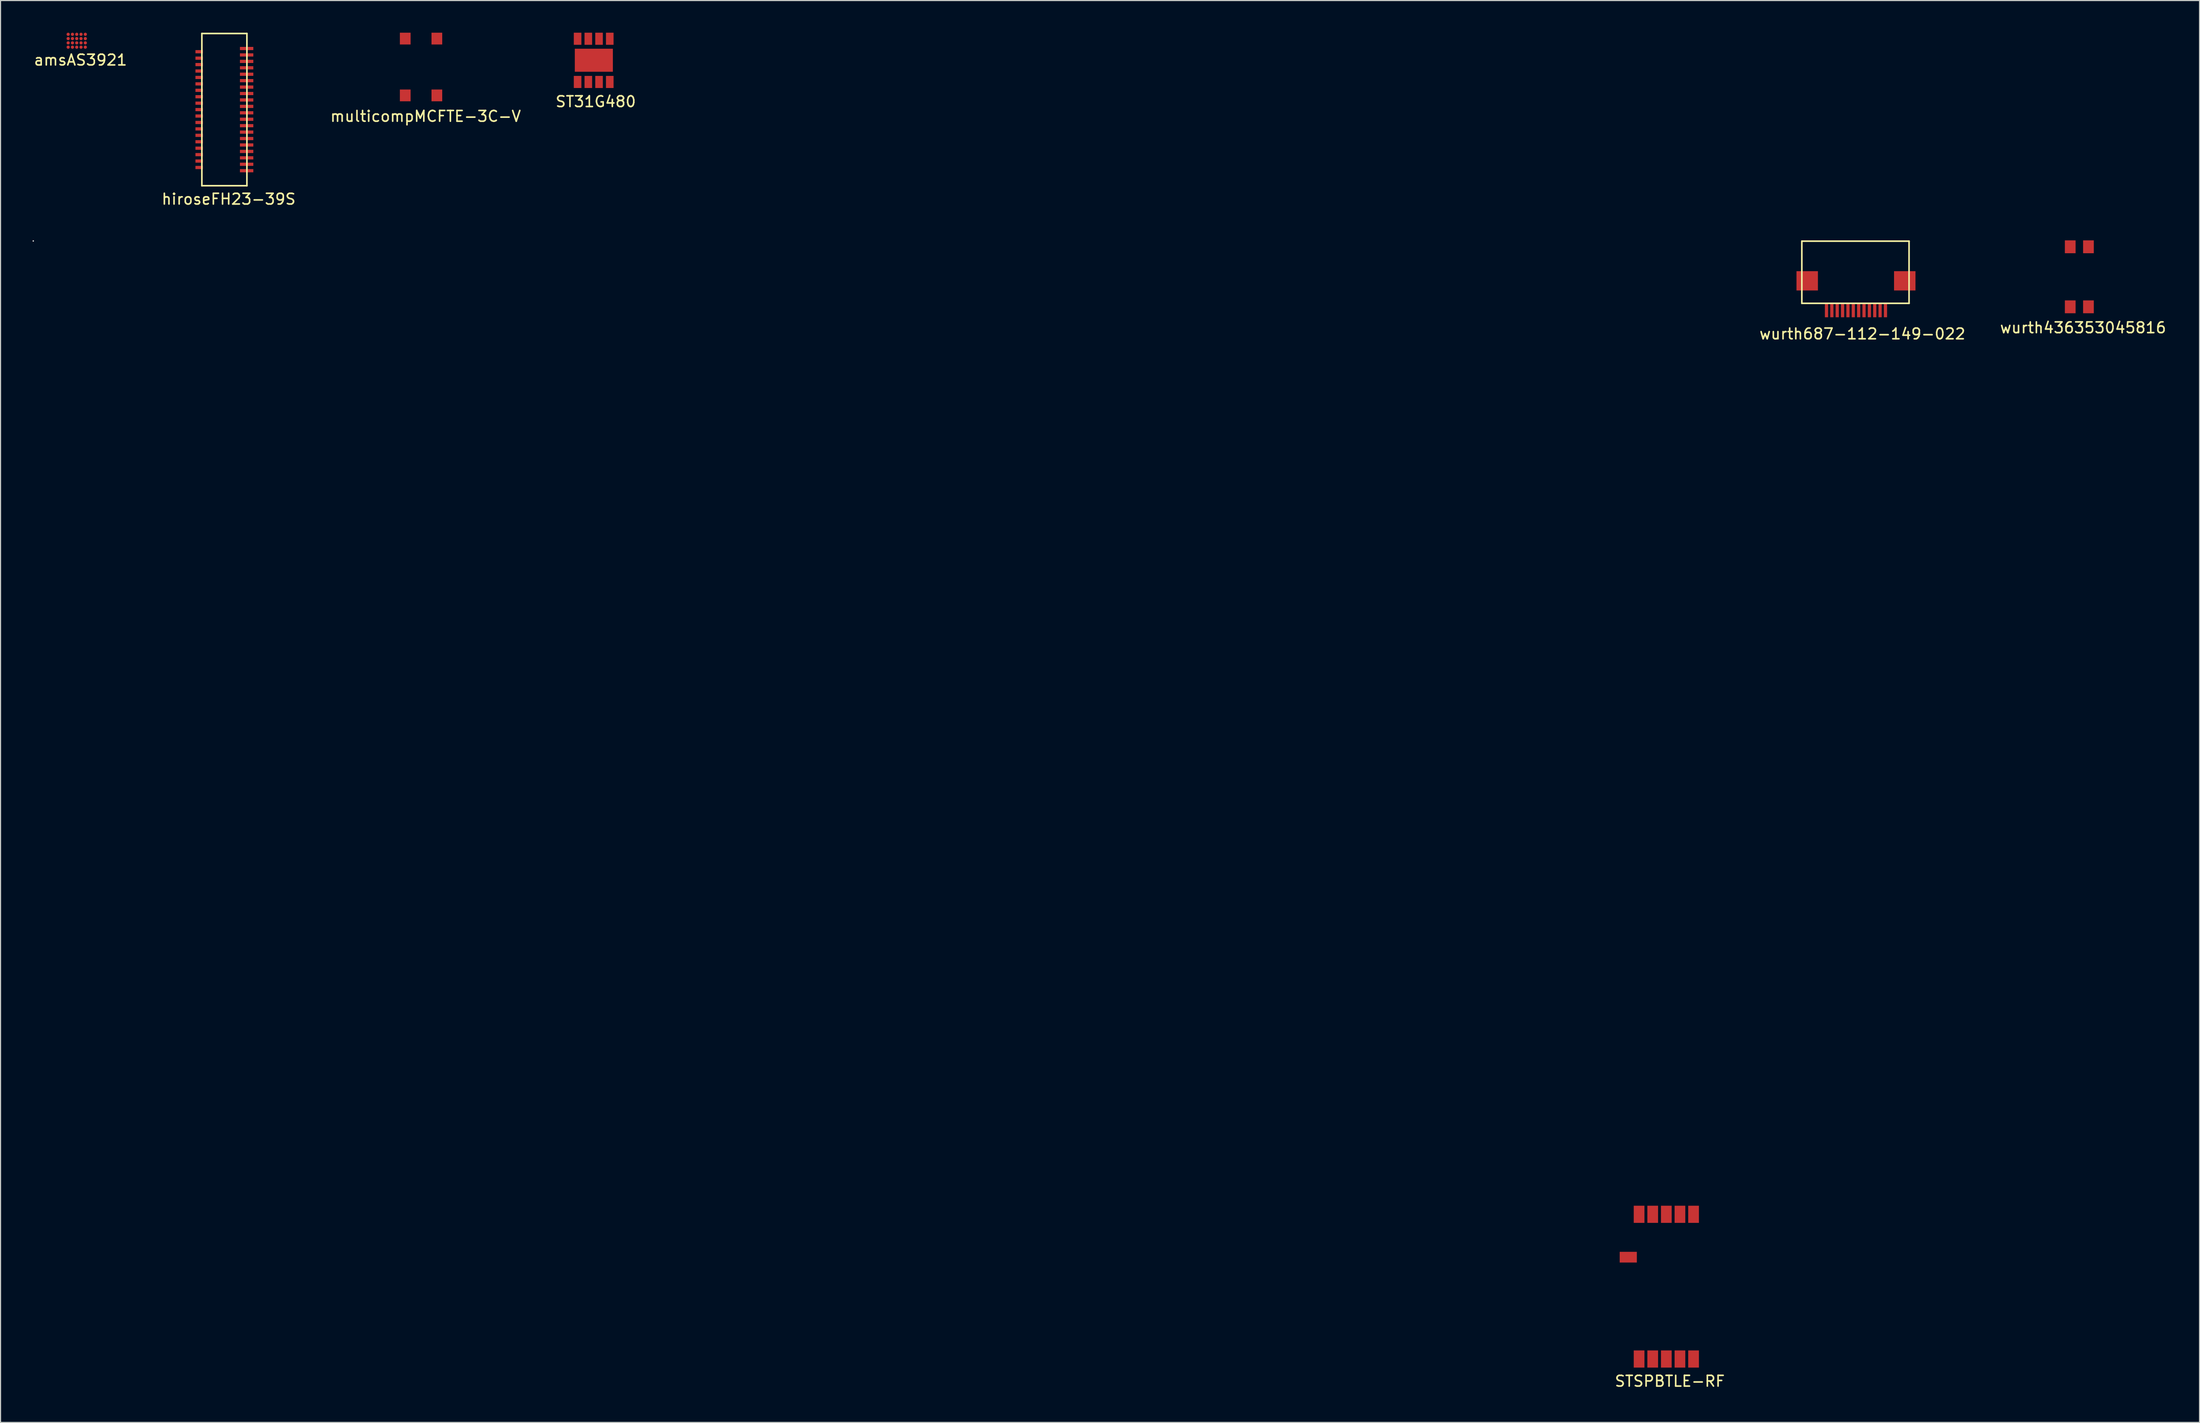
<source format=kicad_pcb>
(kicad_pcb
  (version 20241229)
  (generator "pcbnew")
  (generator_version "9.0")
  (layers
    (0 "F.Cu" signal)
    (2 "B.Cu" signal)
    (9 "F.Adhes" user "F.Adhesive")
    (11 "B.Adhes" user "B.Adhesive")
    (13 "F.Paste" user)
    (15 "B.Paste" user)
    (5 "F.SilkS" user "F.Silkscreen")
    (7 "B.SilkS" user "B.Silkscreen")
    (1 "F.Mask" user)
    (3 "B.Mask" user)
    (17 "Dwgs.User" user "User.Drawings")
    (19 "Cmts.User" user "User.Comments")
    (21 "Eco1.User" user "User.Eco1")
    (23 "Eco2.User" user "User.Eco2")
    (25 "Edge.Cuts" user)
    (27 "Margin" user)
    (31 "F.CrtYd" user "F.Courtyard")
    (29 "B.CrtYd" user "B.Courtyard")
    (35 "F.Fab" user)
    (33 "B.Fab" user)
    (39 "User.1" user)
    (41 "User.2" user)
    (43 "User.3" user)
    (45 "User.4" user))
  (footprint "hiroseFH23-39S"
    (layer "F.Cu")
    (at 15.88 13.025)
    (property "Reference" "hiroseFH23-39S" (at 2.4 2.5 0) (layer "F.SilkS") (effects (font (size 1 1) (thickness 0.15))))
    (attr through_hole)
    (fp_line (start -0.1 -12.95) (end 4.1 -12.95) (stroke (width 0.15) (type solid)) (layer "F.SilkS"))
    (fp_line (start -0.1 1.25) (end -0.1 -12.95) (stroke (width 0.15) (type solid)) (layer "F.SilkS"))
    (fp_line (start 4.1 -12.95) (end 4.1 1.25) (stroke (width 0.15) (type solid)) (layer "F.SilkS"))
    (fp_line (start 4.1 1.25) (end -0.1 1.25) (stroke (width 0.15) (type solid)) (layer "F.SilkS"))
    (pad "1" smd rect (at 4.075 -0.15) (size 1.25 0.3) (layers "F.Cu" "F.Mask" "F.Paste"))
    (pad "2" smd rect (at -0.35 -0.45) (size 0.7 0.3) (layers "F.Cu" "F.Mask" "F.Paste"))
    (pad "3" smd rect (at 4.075 -0.75) (size 1.25 0.3) (layers "F.Cu" "F.Mask" "F.Paste"))
    (pad "4" smd rect (at -0.35 -1.05) (size 0.7 0.3) (layers "F.Cu" "F.Mask" "F.Paste"))
    (pad "5" smd rect (at 4.075 -1.35) (size 1.25 0.3) (layers "F.Cu" "F.Mask" "F.Paste"))
    (pad "6" smd rect (at -0.35 -1.65) (size 0.7 0.3) (layers "F.Cu" "F.Mask" "F.Paste"))
    (pad "7" smd rect (at 4.075 -1.95) (size 1.25 0.3) (layers "F.Cu" "F.Mask" "F.Paste"))
    (pad "8" smd rect (at -0.35 -2.25) (size 0.7 0.3) (layers "F.Cu" "F.Mask" "F.Paste"))
    (pad "9" smd rect (at 4.075 -2.55) (size 1.25 0.3) (layers "F.Cu" "F.Mask" "F.Paste"))
    (pad "10" smd rect (at -0.35 -2.85) (size 0.7 0.3) (layers "F.Cu" "F.Mask" "F.Paste"))
    (pad "11" smd rect (at 4.075 -3.15) (size 1.25 0.3) (layers "F.Cu" "F.Mask" "F.Paste"))
    (pad "12" smd rect (at -0.35 -3.45) (size 0.7 0.3) (layers "F.Cu" "F.Mask" "F.Paste"))
    (pad "13" smd rect (at 4.075 -3.75) (size 1.25 0.3) (layers "F.Cu" "F.Mask" "F.Paste"))
    (pad "14" smd rect (at -0.35 -4.05) (size 0.7 0.3) (layers "F.Cu" "F.Mask" "F.Paste"))
    (pad "15" smd rect (at 4.075 -4.35) (size 1.25 0.3) (layers "F.Cu" "F.Mask" "F.Paste"))
    (pad "16" smd rect (at -0.35 -4.65) (size 0.7 0.3) (layers "F.Cu" "F.Mask" "F.Paste"))
    (pad "17" smd rect (at 4.075 -4.95) (size 1.25 0.3) (layers "F.Cu" "F.Mask" "F.Paste"))
    (pad "18" smd rect (at -0.35 -5.25) (size 0.7 0.3) (layers "F.Cu" "F.Mask" "F.Paste"))
    (pad "19" smd rect (at 4.075 -5.55) (size 1.25 0.3) (layers "F.Cu" "F.Mask" "F.Paste"))
    (pad "20" smd rect (at -0.35 -5.85) (size 0.7 0.3) (layers "F.Cu" "F.Mask" "F.Paste"))
    (pad "21" smd rect (at 4.075 -6.15) (size 1.25 0.3) (layers "F.Cu" "F.Mask" "F.Paste"))
    (pad "22" smd rect (at -0.35 -6.45) (size 0.7 0.3) (layers "F.Cu" "F.Mask" "F.Paste"))
    (pad "23" smd rect (at 4.075 -6.75) (size 1.25 0.3) (layers "F.Cu" "F.Mask" "F.Paste"))
    (pad "24" smd rect (at -0.35 -7.05) (size 0.7 0.3) (layers "F.Cu" "F.Mask" "F.Paste"))
    (pad "25" smd rect (at 4.075 -7.35) (size 1.25 0.3) (layers "F.Cu" "F.Mask" "F.Paste"))
    (pad "26" smd rect (at -0.35 -7.65) (size 0.7 0.3) (layers "F.Cu" "F.Mask" "F.Paste"))
    (pad "27" smd rect (at 4.075 -7.95) (size 1.25 0.3) (layers "F.Cu" "F.Mask" "F.Paste"))
    (pad "28" smd rect (at -0.35 -8.25) (size 0.7 0.3) (layers "F.Cu" "F.Mask" "F.Paste"))
    (pad "29" smd rect (at 4.075 -8.55) (size 1.25 0.3) (layers "F.Cu" "F.Mask" "F.Paste"))
    (pad "30" smd rect (at -0.35 -8.85) (size 0.7 0.3) (layers "F.Cu" "F.Mask" "F.Paste"))
    (pad "31" smd rect (at 4.075 -9.15) (size 1.25 0.3) (layers "F.Cu" "F.Mask" "F.Paste"))
    (pad "32" smd rect (at -0.35 -9.45) (size 0.7 0.3) (layers "F.Cu" "F.Mask" "F.Paste"))
    (pad "33" smd rect (at 4.075 -9.75) (size 1.25 0.3) (layers "F.Cu" "F.Mask" "F.Paste"))
    (pad "34" smd rect (at -0.35 -10.05) (size 0.7 0.3) (layers "F.Cu" "F.Mask" "F.Paste"))
    (pad "35" smd rect (at 4.075 -10.35) (size 1.25 0.3) (layers "F.Cu" "F.Mask" "F.Paste"))
    (pad "36" smd rect (at -0.35 -10.65) (size 0.7 0.3) (layers "F.Cu" "F.Mask" "F.Paste"))
    (pad "37" smd rect (at 4.075 -10.95) (size 1.25 0.3) (layers "F.Cu" "F.Mask" "F.Paste"))
    (pad "38" smd rect (at -0.35 -11.25) (size 0.7 0.3) (layers "F.Cu" "F.Mask" "F.Paste"))
    (pad "39" smd rect (at 4.075 -11.55) (size 1.25 0.3) (layers "F.Cu" "F.Mask" "F.Paste")))
  (footprint "wurth436353045816"
    (layer "F.Cu")
    (at 189.552 26.173)
    (property "Reference" "wurth436353045816" (at 1.7 1.35 0) (layer "F.SilkS") (effects (font (size 1 1) (thickness 0.15))))
    (attr through_hole)
    (pad "1" smd rect (at 2.2 -6.2) (size 1 1.2) (layers "F.Cu" "F.Mask" "F.Paste"))
    (pad "1" smd rect (at 2.2 -0.6) (size 1 1.2) (layers "F.Cu" "F.Mask" "F.Paste"))
    (pad "2" smd rect (at 0.5 -6.2) (size 1 1.2) (layers "F.Cu" "F.Mask" "F.Paste"))
    (pad "2" smd rect (at 0.5 -0.6) (size 1 1.2) (layers "F.Cu" "F.Mask" "F.Paste")))
  (footprint "STSPBTLE-RF"
    (layer "F.Cu")
    (at 147.878 124.579)
    (property "Reference" "STSPBTLE-RF" (at 4.826 1.219 0) (layer "F.SilkS") (effects (font (size 1 1) (thickness 0.15))))
    (attr through_hole)
    (fp_line (start -147.828 -105.156) (end -147.828 -105.156) (stroke (width 0.1) (type solid)) (layer "Dwgs.User"))
    (fp_line (start -147.828 -105.156) (end -147.828 -105.156) (stroke (width 0.1) (type solid)) (layer "Dwgs.User"))
    (fp_line (start -147.828 -105.156) (end -147.828 -105.156) (stroke (width 0.1) (type solid)) (layer "Dwgs.User"))
    (fp_line (start -147.828 -105.156) (end -147.828 -105.156) (stroke (width 0.1) (type solid)) (layer "Dwgs.User"))
    (fp_line (start -147.828 -105.156) (end -147.828 -105.156) (stroke (width 0.1) (type solid)) (layer "Dwgs.User"))
    (fp_line (start -147.828 -105.156) (end -147.828 -105.156) (stroke (width 0.1) (type solid)) (layer "Dwgs.User"))
    (fp_line (start -147.828 -105.156) (end -147.828 -105.156) (stroke (width 0.1) (type solid)) (layer "Dwgs.User"))
    (fp_line (start -147.828 -105.156) (end -147.828 -105.156) (stroke (width 0.1) (type solid)) (layer "Dwgs.User"))
    (fp_line (start -147.828 -105.156) (end -147.828 -105.156) (stroke (width 0.1) (type solid)) (layer "Dwgs.User"))
    (fp_line (start -147.828 -105.156) (end -147.828 -105.156) (stroke (width 0.1) (type solid)) (layer "Dwgs.User"))
    (fp_line (start -147.828 -105.156) (end -147.828 -105.156) (stroke (width 0.1) (type solid)) (layer "Dwgs.User"))
    (fp_line (start -147.828 -105.156) (end -147.828 -105.156) (stroke (width 0.1) (type solid)) (layer "Dwgs.User"))
    (fp_line (start -147.828 -105.156) (end -147.828 -105.156) (stroke (width 0.1) (type solid)) (layer "Dwgs.User"))
    (fp_line (start -147.828 -105.156) (end -147.828 -105.156) (stroke (width 0.1) (type solid)) (layer "Dwgs.User"))
    (fp_line (start -147.828 -105.156) (end -147.828 -105.156) (stroke (width 0.1) (type solid)) (layer "Dwgs.User"))
    (fp_line (start -147.828 -105.156) (end -147.828 -105.156) (stroke (width 0.1) (type solid)) (layer "Dwgs.User"))
    (fp_line (start -147.828 -105.156) (end -147.828 -105.156) (stroke (width 0.1) (type solid)) (layer "Dwgs.User"))
    (fp_line (start -147.828 -105.156) (end -147.828 -105.156) (stroke (width 0.1) (type solid)) (layer "Dwgs.User"))
    (fp_line (start -147.828 -105.156) (end -147.828 -105.156) (stroke (width 0.1) (type solid)) (layer "Dwgs.User"))
    (fp_line (start -147.828 -105.156) (end -147.828 -105.156) (stroke (width 0.1) (type solid)) (layer "Dwgs.User"))
    (fp_line (start -147.828 -105.156) (end -147.828 -105.156) (stroke (width 0.1) (type solid)) (layer "Dwgs.User"))
    (fp_line (start -147.828 -105.156) (end -147.828 -105.156) (stroke (width 0.1) (type solid)) (layer "Dwgs.User"))
    (fp_line (start -147.828 -105.156) (end -147.828 -105.156) (stroke (width 0.1) (type solid)) (layer "Dwgs.User"))
    (fp_line (start -147.828 -105.156) (end -147.828 -105.156) (stroke (width 0.1) (type solid)) (layer "Dwgs.User"))
    (fp_line (start -147.828 -105.156) (end -147.828 -105.156) (stroke (width 0.1) (type solid)) (layer "Dwgs.User"))
    (fp_line (start -147.828 -105.156) (end -147.828 -105.156) (stroke (width 0.1) (type solid)) (layer "Dwgs.User"))
    (fp_line (start -147.828 -105.156) (end -147.828 -105.156) (stroke (width 0.1) (type solid)) (layer "Dwgs.User"))
    (fp_line (start -147.828 -105.156) (end -147.828 -105.156) (stroke (width 0.1) (type solid)) (layer "Dwgs.User"))
    (fp_line (start -147.828 -105.156) (end -147.828 -105.156) (stroke (width 0.1) (type solid)) (layer "Dwgs.User"))
    (fp_line (start -147.828 -105.156) (end -147.828 -105.156) (stroke (width 0.1) (type solid)) (layer "Dwgs.User"))
    (fp_line (start -147.828 -105.156) (end -147.828 -105.156) (stroke (width 0.1) (type solid)) (layer "Dwgs.User"))
    (fp_line (start -147.828 -105.156) (end -147.828 -105.156) (stroke (width 0.1) (type solid)) (layer "Dwgs.User"))
    (fp_line (start -147.828 -105.156) (end -147.828 -105.156) (stroke (width 0.1) (type solid)) (layer "Dwgs.User"))
    (fp_line (start -147.828 -105.156) (end -147.828 -105.156) (stroke (width 0.1) (type solid)) (layer "Dwgs.User"))
    (fp_line (start -147.828 -105.156) (end -147.828 -105.156) (stroke (width 0.1) (type solid)) (layer "Dwgs.User"))
    (fp_line (start -147.828 -105.156) (end -147.828 -105.156) (stroke (width 0.1) (type solid)) (layer "Dwgs.User"))
    (fp_line (start -147.828 -105.156) (end -147.828 -105.156) (stroke (width 0.1) (type solid)) (layer "Dwgs.User"))
    (fp_line (start -147.828 -105.156) (end -147.828 -105.156) (stroke (width 0.1) (type solid)) (layer "Dwgs.User"))
    (fp_line (start -147.828 -105.156) (end -147.828 -105.156) (stroke (width 0.1) (type solid)) (layer "Dwgs.User"))
    (fp_line (start -147.828 -105.156) (end -147.828 -105.156) (stroke (width 0.1) (type solid)) (layer "Dwgs.User"))
    (fp_line (start -147.828 -105.156) (end -147.828 -105.156) (stroke (width 0.1) (type solid)) (layer "Dwgs.User"))
    (fp_line (start -147.828 -105.156) (end -147.828 -105.156) (stroke (width 0.1) (type solid)) (layer "Dwgs.User"))
    (fp_line (start -147.828 -105.156) (end -147.828 -105.156) (stroke (width 0.1) (type solid)) (layer "Dwgs.User"))
    (fp_line (start -147.828 -105.156) (end -147.828 -105.156) (stroke (width 0.1) (type solid)) (layer "Dwgs.User"))
    (pad "1" smd rect (at 7.04 -14.35) (size 1 1.6) (layers "F.Cu" "F.Mask" "F.Paste"))
    (pad "2" smd rect (at 5.77 -14.35) (size 1 1.6) (layers "F.Cu" "F.Mask" "F.Paste"))
    (pad "3" smd rect (at 4.5 -14.35) (size 1 1.6) (layers "F.Cu" "F.Mask" "F.Paste"))
    (pad "4" smd rect (at 3.23 -14.35) (size 1 1.6) (layers "F.Cu" "F.Mask" "F.Paste"))
    (pad "5" smd rect (at 1.96 -14.35) (size 1 1.6) (layers "F.Cu" "F.Mask" "F.Paste"))
    (pad "6" smd rect (at 0.95 -10.35) (size 1.6 1) (layers "F.Cu" "F.Mask" "F.Paste"))
    (pad "7" smd rect (at 1.96 -0.85) (size 1 1.6) (layers "F.Cu" "F.Mask" "F.Paste"))
    (pad "8" smd rect (at 3.23 -0.85) (size 1 1.6) (layers "F.Cu" "F.Mask" "F.Paste"))
    (pad "9" smd rect (at 4.5 -0.85) (size 1 1.6) (layers "F.Cu" "F.Mask" "F.Paste"))
    (pad "10" smd rect (at 5.77 -0.85) (size 1 1.6) (layers "F.Cu" "F.Mask" "F.Paste"))
    (pad "11" smd rect (at 7.04 -0.85) (size 1 1.6) (layers "F.Cu" "F.Mask" "F.Paste")))
  (footprint "wurth687-112-149-022"
    (layer "F.Cu")
    (at 170.068 26.548)
    (property "Reference" "wurth687-112-149-022" (at 0.6 1.55 0) (layer "F.SilkS") (effects (font (size 1 1) (thickness 0.15))))
    (attr through_hole)
    (fp_line (start -5.05 -7.1) (end 4.95 -7.1) (stroke (width 0.15) (type solid)) (layer "F.SilkS"))
    (fp_line (start -5.05 -1.3) (end -5.05 -7.1) (stroke (width 0.15) (type solid)) (layer "F.SilkS"))
    (fp_line (start 4.95 -7.1) (end 4.95 -1.3) (stroke (width 0.15) (type solid)) (layer "F.SilkS"))
    (fp_line (start 4.95 -1.3) (end -5.05 -1.3) (stroke (width 0.15) (type solid)) (layer "F.SilkS"))
    (pad "1" smd rect (at 2.75 -0.65) (size 0.3 1.3) (layers "F.Cu" "F.Mask" "F.Paste"))
    (pad "2" smd rect (at 2.25 -0.65) (size 0.3 1.3) (layers "F.Cu" "F.Mask" "F.Paste"))
    (pad "3" smd rect (at 1.75 -0.65) (size 0.3 1.3) (layers "F.Cu" "F.Mask" "F.Paste"))
    (pad "4" smd rect (at 1.25 -0.65) (size 0.3 1.3) (layers "F.Cu" "F.Mask" "F.Paste"))
    (pad "5" smd rect (at 0.75 -0.65) (size 0.3 1.3) (layers "F.Cu" "F.Mask" "F.Paste"))
    (pad "6" smd rect (at 0.25 -0.65) (size 0.3 1.3) (layers "F.Cu" "F.Mask" "F.Paste"))
    (pad "7" smd rect (at -0.25 -0.65) (size 0.3 1.3) (layers "F.Cu" "F.Mask" "F.Paste"))
    (pad "8" smd rect (at -0.75 -0.65) (size 0.3 1.3) (layers "F.Cu" "F.Mask" "F.Paste"))
    (pad "9" smd rect (at -1.25 -0.65) (size 0.3 1.3) (layers "F.Cu" "F.Mask" "F.Paste"))
    (pad "10" smd rect (at -1.75 -0.65) (size 0.3 1.3) (layers "F.Cu" "F.Mask" "F.Paste"))
    (pad "11" smd rect (at -2.25 -0.65) (size 0.3 1.3) (layers "F.Cu" "F.Mask" "F.Paste"))
    (pad "12" smd rect (at -2.75 -0.65) (size 0.3 1.3) (layers "F.Cu" "F.Mask" "F.Paste"))
    (pad "13" smd rect (at -4.55 -3.4) (size 2 1.8) (layers "F.Cu" "F.Mask" "F.Paste"))
    (pad "13" smd rect (at 4.55 -3.4) (size 2 1.8) (layers "F.Cu" "F.Mask" "F.Paste")))
  (footprint "amsAS3921"
    (layer "F.Cu")
    (at 3.308 1.35)
    (property "Reference" "amsAS3921" (at 1.15 1.2 0) (layer "F.SilkS") (effects (font (size 1 1) (thickness 0.15))))
    (attr through_hole)
    (pad "A1" smd circle (at 1.6 0) (size 0.3 0.3) (layers "F.Cu" "F.Mask" "F.Paste"))
    (pad "A2" smd circle (at 1.2 0) (size 0.3 0.3) (layers "F.Cu" "F.Mask" "F.Paste"))
    (pad "A3" smd circle (at 0.8 0) (size 0.3 0.3) (layers "F.Cu" "F.Mask" "F.Paste"))
    (pad "A4" smd circle (at 0.4 0) (size 0.3 0.3) (layers "F.Cu" "F.Mask" "F.Paste"))
    (pad "A5" smd circle (at 0 0) (size 0.3 0.3) (layers "F.Cu" "F.Mask" "F.Paste"))
    (pad "B1" smd circle (at 1.6 -0.4) (size 0.3 0.3) (layers "F.Cu" "F.Mask" "F.Paste"))
    (pad "B2" smd circle (at 1.2 -0.4) (size 0.3 0.3) (layers "F.Cu" "F.Mask" "F.Paste"))
    (pad "B3" smd circle (at 0.8 -0.4) (size 0.3 0.3) (layers "F.Cu" "F.Mask" "F.Paste"))
    (pad "B4" smd circle (at 0.4 -0.4) (size 0.3 0.3) (layers "F.Cu" "F.Mask" "F.Paste"))
    (pad "B5" smd circle (at 0 -0.4) (size 0.3 0.3) (layers "F.Cu" "F.Mask" "F.Paste"))
    (pad "C1" smd circle (at 1.6 -0.8) (size 0.3 0.3) (layers "F.Cu" "F.Mask" "F.Paste"))
    (pad "C2" smd circle (at 1.2 -0.8) (size 0.3 0.3) (layers "F.Cu" "F.Mask" "F.Paste"))
    (pad "C3" smd circle (at 0.8 -0.8) (size 0.3 0.3) (layers "F.Cu" "F.Mask" "F.Paste"))
    (pad "C4" smd circle (at 0.4 -0.8) (size 0.3 0.3) (layers "F.Cu" "F.Mask" "F.Paste"))
    (pad "C5" smd circle (at 0 -0.8) (size 0.3 0.3) (layers "F.Cu" "F.Mask" "F.Paste"))
    (pad "D1" smd circle (at 1.6 -1.2) (size 0.3 0.3) (layers "F.Cu" "F.Mask" "F.Paste"))
    (pad "D2" smd circle (at 1.2 -1.2) (size 0.3 0.3) (layers "F.Cu" "F.Mask" "F.Paste"))
    (pad "D3" smd circle (at 0.8 -1.2) (size 0.3 0.3) (layers "F.Cu" "F.Mask" "F.Paste"))
    (pad "D4" smd circle (at 0.4 -1.2) (size 0.3 0.3) (layers "F.Cu" "F.Mask" "F.Paste"))
    (pad "D5" smd circle (at 0 -1.2) (size 0.3 0.3) (layers "F.Cu" "F.Mask" "F.Paste")))
  (footprint "ST31G480"
    (layer "F.Cu")
    (at 49.876 5.465)
    (property "Reference" "ST31G480" (at 2.642 0.965 0) (layer "F.SilkS") (effects (font (size 1 1) (thickness 0.15))))
    (attr through_hole)
    (pad "1" smd rect (at 3.95 -4.9) (size 0.71 1.13) (layers "F.Cu" "F.Mask" "F.Paste"))
    (pad "2" smd rect (at 2.95 -4.9) (size 0.71 1.13) (layers "F.Cu" "F.Mask" "F.Paste"))
    (pad "3" smd rect (at 1.95 -4.9) (size 0.71 1.13) (layers "F.Cu" "F.Mask" "F.Paste"))
    (pad "4" smd rect (at 0.95 -4.9) (size 0.71 1.13) (layers "F.Cu" "F.Mask" "F.Paste"))
    (pad "5" smd rect (at 0.95 -0.87) (size 0.71 1.13) (layers "F.Cu" "F.Mask" "F.Paste"))
    (pad "6" smd rect (at 1.95 -0.87) (size 0.71 1.13) (layers "F.Cu" "F.Mask" "F.Paste"))
    (pad "7" smd rect (at 2.95 -0.87) (size 0.71 1.13) (layers "F.Cu" "F.Mask" "F.Paste"))
    (pad "8" smd rect (at 3.95 -0.87) (size 0.71 1.13) (layers "F.Cu" "F.Mask" "F.Paste"))
    (pad "9" smd rect (at 2.464 -2.896) (size 3.55 2.15) (layers "F.Cu" "F.Mask" "F.Paste")))
  (footprint "multicompMCFTE-3C-V"
    (layer "F.Cu")
    (at 34.249 6.4)
    (property "Reference" "multicompMCFTE-3C-V" (at 2.4 1.4 0) (layer "F.SilkS") (effects (font (size 1 1) (thickness 0.15))))
    (attr through_hole)
    (pad "1" smd rect (at 0.5 -5.85) (size 1 1.1) (layers "F.Cu" "F.Mask" "F.Paste"))
    (pad "1" smd rect (at 3.45 -5.85) (size 1 1.1) (layers "F.Cu" "F.Mask" "F.Paste"))
    (pad "2" smd rect (at 0.5 -0.55) (size 1 1.1) (layers "F.Cu" "F.Mask" "F.Paste"))
    (pad "2" smd rect (at 3.45 -0.55) (size 1 1.1) (layers "F.Cu" "F.Mask" "F.Paste")))
  (gr_rect
    (start -3 -3)
    (end 202.115 129.647)
    (stroke (width 0.1) (type default))
    (fill no)
    (layer "Edge.Cuts")))
</source>
